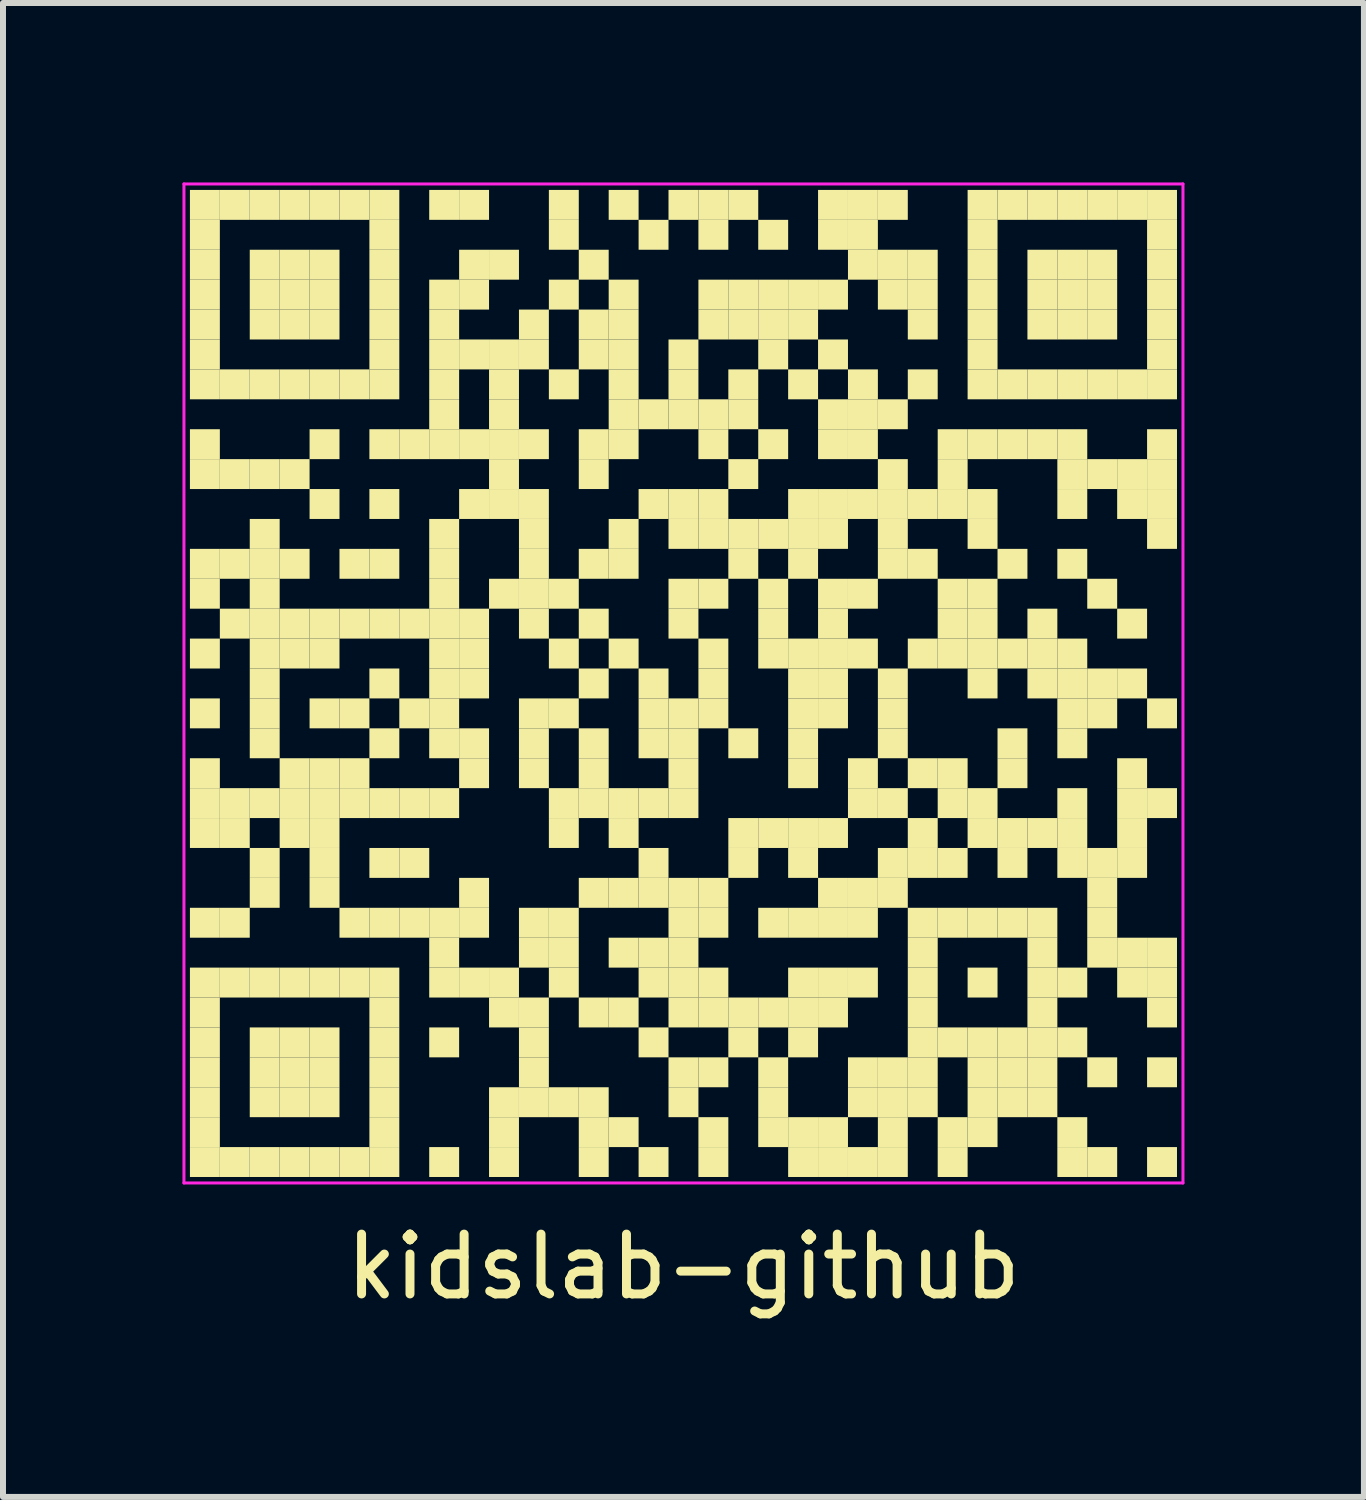
<source format=kicad_pcb>
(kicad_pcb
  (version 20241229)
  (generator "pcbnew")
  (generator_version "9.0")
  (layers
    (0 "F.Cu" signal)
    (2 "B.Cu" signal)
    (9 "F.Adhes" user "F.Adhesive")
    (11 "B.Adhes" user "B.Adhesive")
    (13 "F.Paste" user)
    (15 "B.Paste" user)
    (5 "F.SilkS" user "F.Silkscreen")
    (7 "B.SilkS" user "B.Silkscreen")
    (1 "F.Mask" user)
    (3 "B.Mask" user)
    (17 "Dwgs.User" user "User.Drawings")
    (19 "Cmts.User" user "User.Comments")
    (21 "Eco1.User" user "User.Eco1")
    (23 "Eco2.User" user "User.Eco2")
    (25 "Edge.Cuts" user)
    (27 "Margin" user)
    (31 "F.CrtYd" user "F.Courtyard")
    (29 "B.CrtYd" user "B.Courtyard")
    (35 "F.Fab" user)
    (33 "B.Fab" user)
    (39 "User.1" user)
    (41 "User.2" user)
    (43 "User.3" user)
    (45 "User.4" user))
  (footprint "kidslab-github"
    (layer "F.Cu")
    (at 8.375 8.375)
    (property "Reference" "kidslab-github" (at 0 9.75 0) (layer "F.SilkS") (effects (font (size 1 1) (thickness 0.15))))
    (attr exclude_from_pos_files exclude_from_bom)
    (fp_rect (start -8.25 -8.25) (end -7.75 -7.75) (stroke (width 0) (type solid)) (fill yes) (layer "F.SilkS"))
    (fp_rect (start -8.25 -7.75) (end -7.75 -7.25) (stroke (width 0) (type solid)) (fill yes) (layer "F.SilkS"))
    (fp_rect (start -8.25 -7.25) (end -7.75 -6.75) (stroke (width 0) (type solid)) (fill yes) (layer "F.SilkS"))
    (fp_rect (start -8.25 -6.75) (end -7.75 -6.25) (stroke (width 0) (type solid)) (fill yes) (layer "F.SilkS"))
    (fp_rect (start -8.25 -6.25) (end -7.75 -5.75) (stroke (width 0) (type solid)) (fill yes) (layer "F.SilkS"))
    (fp_rect (start -8.25 -5.75) (end -7.75 -5.25) (stroke (width 0) (type solid)) (fill yes) (layer "F.SilkS"))
    (fp_rect (start -8.25 -5.25) (end -7.75 -4.75) (stroke (width 0) (type solid)) (fill yes) (layer "F.SilkS"))
    (fp_rect (start -8.25 -4.25) (end -7.75 -3.75) (stroke (width 0) (type solid)) (fill yes) (layer "F.SilkS"))
    (fp_rect (start -8.25 -3.75) (end -7.75 -3.25) (stroke (width 0) (type solid)) (fill yes) (layer "F.SilkS"))
    (fp_rect (start -8.25 -2.25) (end -7.75 -1.75) (stroke (width 0) (type solid)) (fill yes) (layer "F.SilkS"))
    (fp_rect (start -8.25 -1.75) (end -7.75 -1.25) (stroke (width 0) (type solid)) (fill yes) (layer "F.SilkS"))
    (fp_rect (start -8.25 -0.75) (end -7.75 -0.25) (stroke (width 0) (type solid)) (fill yes) (layer "F.SilkS"))
    (fp_rect (start -8.25 0.25) (end -7.75 0.75) (stroke (width 0) (type solid)) (fill yes) (layer "F.SilkS"))
    (fp_rect (start -8.25 1.25) (end -7.75 1.75) (stroke (width 0) (type solid)) (fill yes) (layer "F.SilkS"))
    (fp_rect (start -8.25 1.75) (end -7.75 2.25) (stroke (width 0) (type solid)) (fill yes) (layer "F.SilkS"))
    (fp_rect (start -8.25 2.25) (end -7.75 2.75) (stroke (width 0) (type solid)) (fill yes) (layer "F.SilkS"))
    (fp_rect (start -8.25 3.75) (end -7.75 4.25) (stroke (width 0) (type solid)) (fill yes) (layer "F.SilkS"))
    (fp_rect (start -8.25 4.75) (end -7.75 5.25) (stroke (width 0) (type solid)) (fill yes) (layer "F.SilkS"))
    (fp_rect (start -8.25 5.25) (end -7.75 5.75) (stroke (width 0) (type solid)) (fill yes) (layer "F.SilkS"))
    (fp_rect (start -8.25 5.75) (end -7.75 6.25) (stroke (width 0) (type solid)) (fill yes) (layer "F.SilkS"))
    (fp_rect (start -8.25 6.25) (end -7.75 6.75) (stroke (width 0) (type solid)) (fill yes) (layer "F.SilkS"))
    (fp_rect (start -8.25 6.75) (end -7.75 7.25) (stroke (width 0) (type solid)) (fill yes) (layer "F.SilkS"))
    (fp_rect (start -8.25 7.25) (end -7.75 7.75) (stroke (width 0) (type solid)) (fill yes) (layer "F.SilkS"))
    (fp_rect (start -8.25 7.75) (end -7.75 8.25) (stroke (width 0) (type solid)) (fill yes) (layer "F.SilkS"))
    (fp_rect (start -7.75 -8.25) (end -7.25 -7.75) (stroke (width 0) (type solid)) (fill yes) (layer "F.SilkS"))
    (fp_rect (start -7.75 -5.25) (end -7.25 -4.75) (stroke (width 0) (type solid)) (fill yes) (layer "F.SilkS"))
    (fp_rect (start -7.75 -3.75) (end -7.25 -3.25) (stroke (width 0) (type solid)) (fill yes) (layer "F.SilkS"))
    (fp_rect (start -7.75 -2.25) (end -7.25 -1.75) (stroke (width 0) (type solid)) (fill yes) (layer "F.SilkS"))
    (fp_rect (start -7.75 -1.25) (end -7.25 -0.75) (stroke (width 0) (type solid)) (fill yes) (layer "F.SilkS"))
    (fp_rect (start -7.75 1.75) (end -7.25 2.25) (stroke (width 0) (type solid)) (fill yes) (layer "F.SilkS"))
    (fp_rect (start -7.75 2.25) (end -7.25 2.75) (stroke (width 0) (type solid)) (fill yes) (layer "F.SilkS"))
    (fp_rect (start -7.75 3.75) (end -7.25 4.25) (stroke (width 0) (type solid)) (fill yes) (layer "F.SilkS"))
    (fp_rect (start -7.75 4.75) (end -7.25 5.25) (stroke (width 0) (type solid)) (fill yes) (layer "F.SilkS"))
    (fp_rect (start -7.75 7.75) (end -7.25 8.25) (stroke (width 0) (type solid)) (fill yes) (layer "F.SilkS"))
    (fp_rect (start -7.25 -8.25) (end -6.75 -7.75) (stroke (width 0) (type solid)) (fill yes) (layer "F.SilkS"))
    (fp_rect (start -7.25 -7.25) (end -6.75 -6.75) (stroke (width 0) (type solid)) (fill yes) (layer "F.SilkS"))
    (fp_rect (start -7.25 -6.75) (end -6.75 -6.25) (stroke (width 0) (type solid)) (fill yes) (layer "F.SilkS"))
    (fp_rect (start -7.25 -6.25) (end -6.75 -5.75) (stroke (width 0) (type solid)) (fill yes) (layer "F.SilkS"))
    (fp_rect (start -7.25 -5.25) (end -6.75 -4.75) (stroke (width 0) (type solid)) (fill yes) (layer "F.SilkS"))
    (fp_rect (start -7.25 -3.75) (end -6.75 -3.25) (stroke (width 0) (type solid)) (fill yes) (layer "F.SilkS"))
    (fp_rect (start -7.25 -2.75) (end -6.75 -2.25) (stroke (width 0) (type solid)) (fill yes) (layer "F.SilkS"))
    (fp_rect (start -7.25 -2.25) (end -6.75 -1.75) (stroke (width 0) (type solid)) (fill yes) (layer "F.SilkS"))
    (fp_rect (start -7.25 -1.75) (end -6.75 -1.25) (stroke (width 0) (type solid)) (fill yes) (layer "F.SilkS"))
    (fp_rect (start -7.25 -1.25) (end -6.75 -0.75) (stroke (width 0) (type solid)) (fill yes) (layer "F.SilkS"))
    (fp_rect (start -7.25 -0.75) (end -6.75 -0.25) (stroke (width 0) (type solid)) (fill yes) (layer "F.SilkS"))
    (fp_rect (start -7.25 -0.25) (end -6.75 0.25) (stroke (width 0) (type solid)) (fill yes) (layer "F.SilkS"))
    (fp_rect (start -7.25 0.25) (end -6.75 0.75) (stroke (width 0) (type solid)) (fill yes) (layer "F.SilkS"))
    (fp_rect (start -7.25 0.75) (end -6.75 1.25) (stroke (width 0) (type solid)) (fill yes) (layer "F.SilkS"))
    (fp_rect (start -7.25 1.75) (end -6.75 2.25) (stroke (width 0) (type solid)) (fill yes) (layer "F.SilkS"))
    (fp_rect (start -7.25 2.75) (end -6.75 3.25) (stroke (width 0) (type solid)) (fill yes) (layer "F.SilkS"))
    (fp_rect (start -7.25 3.25) (end -6.75 3.75) (stroke (width 0) (type solid)) (fill yes) (layer "F.SilkS"))
    (fp_rect (start -7.25 4.75) (end -6.75 5.25) (stroke (width 0) (type solid)) (fill yes) (layer "F.SilkS"))
    (fp_rect (start -7.25 5.75) (end -6.75 6.25) (stroke (width 0) (type solid)) (fill yes) (layer "F.SilkS"))
    (fp_rect (start -7.25 6.25) (end -6.75 6.75) (stroke (width 0) (type solid)) (fill yes) (layer "F.SilkS"))
    (fp_rect (start -7.25 6.75) (end -6.75 7.25) (stroke (width 0) (type solid)) (fill yes) (layer "F.SilkS"))
    (fp_rect (start -7.25 7.75) (end -6.75 8.25) (stroke (width 0) (type solid)) (fill yes) (layer "F.SilkS"))
    (fp_rect (start -6.75 -8.25) (end -6.25 -7.75) (stroke (width 0) (type solid)) (fill yes) (layer "F.SilkS"))
    (fp_rect (start -6.75 -7.25) (end -6.25 -6.75) (stroke (width 0) (type solid)) (fill yes) (layer "F.SilkS"))
    (fp_rect (start -6.75 -6.75) (end -6.25 -6.25) (stroke (width 0) (type solid)) (fill yes) (layer "F.SilkS"))
    (fp_rect (start -6.75 -6.25) (end -6.25 -5.75) (stroke (width 0) (type solid)) (fill yes) (layer "F.SilkS"))
    (fp_rect (start -6.75 -5.25) (end -6.25 -4.75) (stroke (width 0) (type solid)) (fill yes) (layer "F.SilkS"))
    (fp_rect (start -6.75 -3.75) (end -6.25 -3.25) (stroke (width 0) (type solid)) (fill yes) (layer "F.SilkS"))
    (fp_rect (start -6.75 -2.25) (end -6.25 -1.75) (stroke (width 0) (type solid)) (fill yes) (layer "F.SilkS"))
    (fp_rect (start -6.75 -1.25) (end -6.25 -0.75) (stroke (width 0) (type solid)) (fill yes) (layer "F.SilkS"))
    (fp_rect (start -6.75 -0.75) (end -6.25 -0.25) (stroke (width 0) (type solid)) (fill yes) (layer "F.SilkS"))
    (fp_rect (start -6.75 1.25) (end -6.25 1.75) (stroke (width 0) (type solid)) (fill yes) (layer "F.SilkS"))
    (fp_rect (start -6.75 1.75) (end -6.25 2.25) (stroke (width 0) (type solid)) (fill yes) (layer "F.SilkS"))
    (fp_rect (start -6.75 2.25) (end -6.25 2.75) (stroke (width 0) (type solid)) (fill yes) (layer "F.SilkS"))
    (fp_rect (start -6.75 4.75) (end -6.25 5.25) (stroke (width 0) (type solid)) (fill yes) (layer "F.SilkS"))
    (fp_rect (start -6.75 5.75) (end -6.25 6.25) (stroke (width 0) (type solid)) (fill yes) (layer "F.SilkS"))
    (fp_rect (start -6.75 6.25) (end -6.25 6.75) (stroke (width 0) (type solid)) (fill yes) (layer "F.SilkS"))
    (fp_rect (start -6.75 6.75) (end -6.25 7.25) (stroke (width 0) (type solid)) (fill yes) (layer "F.SilkS"))
    (fp_rect (start -6.75 7.75) (end -6.25 8.25) (stroke (width 0) (type solid)) (fill yes) (layer "F.SilkS"))
    (fp_rect (start -6.25 -8.25) (end -5.75 -7.75) (stroke (width 0) (type solid)) (fill yes) (layer "F.SilkS"))
    (fp_rect (start -6.25 -7.25) (end -5.75 -6.75) (stroke (width 0) (type solid)) (fill yes) (layer "F.SilkS"))
    (fp_rect (start -6.25 -6.75) (end -5.75 -6.25) (stroke (width 0) (type solid)) (fill yes) (layer "F.SilkS"))
    (fp_rect (start -6.25 -6.25) (end -5.75 -5.75) (stroke (width 0) (type solid)) (fill yes) (layer "F.SilkS"))
    (fp_rect (start -6.25 -5.25) (end -5.75 -4.75) (stroke (width 0) (type solid)) (fill yes) (layer "F.SilkS"))
    (fp_rect (start -6.25 -4.25) (end -5.75 -3.75) (stroke (width 0) (type solid)) (fill yes) (layer "F.SilkS"))
    (fp_rect (start -6.25 -3.25) (end -5.75 -2.75) (stroke (width 0) (type solid)) (fill yes) (layer "F.SilkS"))
    (fp_rect (start -6.25 -1.25) (end -5.75 -0.75) (stroke (width 0) (type solid)) (fill yes) (layer "F.SilkS"))
    (fp_rect (start -6.25 -0.75) (end -5.75 -0.25) (stroke (width 0) (type solid)) (fill yes) (layer "F.SilkS"))
    (fp_rect (start -6.25 0.25) (end -5.75 0.75) (stroke (width 0) (type solid)) (fill yes) (layer "F.SilkS"))
    (fp_rect (start -6.25 1.25) (end -5.75 1.75) (stroke (width 0) (type solid)) (fill yes) (layer "F.SilkS"))
    (fp_rect (start -6.25 1.75) (end -5.75 2.25) (stroke (width 0) (type solid)) (fill yes) (layer "F.SilkS"))
    (fp_rect (start -6.25 2.25) (end -5.75 2.75) (stroke (width 0) (type solid)) (fill yes) (layer "F.SilkS"))
    (fp_rect (start -6.25 2.75) (end -5.75 3.25) (stroke (width 0) (type solid)) (fill yes) (layer "F.SilkS"))
    (fp_rect (start -6.25 3.25) (end -5.75 3.75) (stroke (width 0) (type solid)) (fill yes) (layer "F.SilkS"))
    (fp_rect (start -6.25 4.75) (end -5.75 5.25) (stroke (width 0) (type solid)) (fill yes) (layer "F.SilkS"))
    (fp_rect (start -6.25 5.75) (end -5.75 6.25) (stroke (width 0) (type solid)) (fill yes) (layer "F.SilkS"))
    (fp_rect (start -6.25 6.25) (end -5.75 6.75) (stroke (width 0) (type solid)) (fill yes) (layer "F.SilkS"))
    (fp_rect (start -6.25 6.75) (end -5.75 7.25) (stroke (width 0) (type solid)) (fill yes) (layer "F.SilkS"))
    (fp_rect (start -6.25 7.75) (end -5.75 8.25) (stroke (width 0) (type solid)) (fill yes) (layer "F.SilkS"))
    (fp_rect (start -5.75 -8.25) (end -5.25 -7.75) (stroke (width 0) (type solid)) (fill yes) (layer "F.SilkS"))
    (fp_rect (start -5.75 -5.25) (end -5.25 -4.75) (stroke (width 0) (type solid)) (fill yes) (layer "F.SilkS"))
    (fp_rect (start -5.75 -2.25) (end -5.25 -1.75) (stroke (width 0) (type solid)) (fill yes) (layer "F.SilkS"))
    (fp_rect (start -5.75 -1.25) (end -5.25 -0.75) (stroke (width 0) (type solid)) (fill yes) (layer "F.SilkS"))
    (fp_rect (start -5.75 0.25) (end -5.25 0.75) (stroke (width 0) (type solid)) (fill yes) (layer "F.SilkS"))
    (fp_rect (start -5.75 1.25) (end -5.25 1.75) (stroke (width 0) (type solid)) (fill yes) (layer "F.SilkS"))
    (fp_rect (start -5.75 1.75) (end -5.25 2.25) (stroke (width 0) (type solid)) (fill yes) (layer "F.SilkS"))
    (fp_rect (start -5.75 3.75) (end -5.25 4.25) (stroke (width 0) (type solid)) (fill yes) (layer "F.SilkS"))
    (fp_rect (start -5.75 4.75) (end -5.25 5.25) (stroke (width 0) (type solid)) (fill yes) (layer "F.SilkS"))
    (fp_rect (start -5.75 7.75) (end -5.25 8.25) (stroke (width 0) (type solid)) (fill yes) (layer "F.SilkS"))
    (fp_rect (start -5.25 -8.25) (end -4.75 -7.75) (stroke (width 0) (type solid)) (fill yes) (layer "F.SilkS"))
    (fp_rect (start -5.25 -7.75) (end -4.75 -7.25) (stroke (width 0) (type solid)) (fill yes) (layer "F.SilkS"))
    (fp_rect (start -5.25 -7.25) (end -4.75 -6.75) (stroke (width 0) (type solid)) (fill yes) (layer "F.SilkS"))
    (fp_rect (start -5.25 -6.75) (end -4.75 -6.25) (stroke (width 0) (type solid)) (fill yes) (layer "F.SilkS"))
    (fp_rect (start -5.25 -6.25) (end -4.75 -5.75) (stroke (width 0) (type solid)) (fill yes) (layer "F.SilkS"))
    (fp_rect (start -5.25 -5.75) (end -4.75 -5.25) (stroke (width 0) (type solid)) (fill yes) (layer "F.SilkS"))
    (fp_rect (start -5.25 -5.25) (end -4.75 -4.75) (stroke (width 0) (type solid)) (fill yes) (layer "F.SilkS"))
    (fp_rect (start -5.25 -4.25) (end -4.75 -3.75) (stroke (width 0) (type solid)) (fill yes) (layer "F.SilkS"))
    (fp_rect (start -5.25 -3.25) (end -4.75 -2.75) (stroke (width 0) (type solid)) (fill yes) (layer "F.SilkS"))
    (fp_rect (start -5.25 -2.25) (end -4.75 -1.75) (stroke (width 0) (type solid)) (fill yes) (layer "F.SilkS"))
    (fp_rect (start -5.25 -1.25) (end -4.75 -0.75) (stroke (width 0) (type solid)) (fill yes) (layer "F.SilkS"))
    (fp_rect (start -5.25 -0.25) (end -4.75 0.25) (stroke (width 0) (type solid)) (fill yes) (layer "F.SilkS"))
    (fp_rect (start -5.25 0.75) (end -4.75 1.25) (stroke (width 0) (type solid)) (fill yes) (layer "F.SilkS"))
    (fp_rect (start -5.25 1.75) (end -4.75 2.25) (stroke (width 0) (type solid)) (fill yes) (layer "F.SilkS"))
    (fp_rect (start -5.25 2.75) (end -4.75 3.25) (stroke (width 0) (type solid)) (fill yes) (layer "F.SilkS"))
    (fp_rect (start -5.25 3.75) (end -4.75 4.25) (stroke (width 0) (type solid)) (fill yes) (layer "F.SilkS"))
    (fp_rect (start -5.25 4.75) (end -4.75 5.25) (stroke (width 0) (type solid)) (fill yes) (layer "F.SilkS"))
    (fp_rect (start -5.25 5.25) (end -4.75 5.75) (stroke (width 0) (type solid)) (fill yes) (layer "F.SilkS"))
    (fp_rect (start -5.25 5.75) (end -4.75 6.25) (stroke (width 0) (type solid)) (fill yes) (layer "F.SilkS"))
    (fp_rect (start -5.25 6.25) (end -4.75 6.75) (stroke (width 0) (type solid)) (fill yes) (layer "F.SilkS"))
    (fp_rect (start -5.25 6.75) (end -4.75 7.25) (stroke (width 0) (type solid)) (fill yes) (layer "F.SilkS"))
    (fp_rect (start -5.25 7.25) (end -4.75 7.75) (stroke (width 0) (type solid)) (fill yes) (layer "F.SilkS"))
    (fp_rect (start -5.25 7.75) (end -4.75 8.25) (stroke (width 0) (type solid)) (fill yes) (layer "F.SilkS"))
    (fp_rect (start -4.75 -4.25) (end -4.25 -3.75) (stroke (width 0) (type solid)) (fill yes) (layer "F.SilkS"))
    (fp_rect (start -4.75 -1.25) (end -4.25 -0.75) (stroke (width 0) (type solid)) (fill yes) (layer "F.SilkS"))
    (fp_rect (start -4.75 0.25) (end -4.25 0.75) (stroke (width 0) (type solid)) (fill yes) (layer "F.SilkS"))
    (fp_rect (start -4.75 1.75) (end -4.25 2.25) (stroke (width 0) (type solid)) (fill yes) (layer "F.SilkS"))
    (fp_rect (start -4.75 2.75) (end -4.25 3.25) (stroke (width 0) (type solid)) (fill yes) (layer "F.SilkS"))
    (fp_rect (start -4.75 3.75) (end -4.25 4.25) (stroke (width 0) (type solid)) (fill yes) (layer "F.SilkS"))
    (fp_rect (start -4.25 -8.25) (end -3.75 -7.75) (stroke (width 0) (type solid)) (fill yes) (layer "F.SilkS"))
    (fp_rect (start -4.25 -6.75) (end -3.75 -6.25) (stroke (width 0) (type solid)) (fill yes) (layer "F.SilkS"))
    (fp_rect (start -4.25 -6.25) (end -3.75 -5.75) (stroke (width 0) (type solid)) (fill yes) (layer "F.SilkS"))
    (fp_rect (start -4.25 -5.75) (end -3.75 -5.25) (stroke (width 0) (type solid)) (fill yes) (layer "F.SilkS"))
    (fp_rect (start -4.25 -5.25) (end -3.75 -4.75) (stroke (width 0) (type solid)) (fill yes) (layer "F.SilkS"))
    (fp_rect (start -4.25 -4.75) (end -3.75 -4.25) (stroke (width 0) (type solid)) (fill yes) (layer "F.SilkS"))
    (fp_rect (start -4.25 -4.25) (end -3.75 -3.75) (stroke (width 0) (type solid)) (fill yes) (layer "F.SilkS"))
    (fp_rect (start -4.25 -2.75) (end -3.75 -2.25) (stroke (width 0) (type solid)) (fill yes) (layer "F.SilkS"))
    (fp_rect (start -4.25 -2.25) (end -3.75 -1.75) (stroke (width 0) (type solid)) (fill yes) (layer "F.SilkS"))
    (fp_rect (start -4.25 -1.75) (end -3.75 -1.25) (stroke (width 0) (type solid)) (fill yes) (layer "F.SilkS"))
    (fp_rect (start -4.25 -1.25) (end -3.75 -0.75) (stroke (width 0) (type solid)) (fill yes) (layer "F.SilkS"))
    (fp_rect (start -4.25 -0.75) (end -3.75 -0.25) (stroke (width 0) (type solid)) (fill yes) (layer "F.SilkS"))
    (fp_rect (start -4.25 -0.25) (end -3.75 0.25) (stroke (width 0) (type solid)) (fill yes) (layer "F.SilkS"))
    (fp_rect (start -4.25 0.25) (end -3.75 0.75) (stroke (width 0) (type solid)) (fill yes) (layer "F.SilkS"))
    (fp_rect (start -4.25 0.75) (end -3.75 1.25) (stroke (width 0) (type solid)) (fill yes) (layer "F.SilkS"))
    (fp_rect (start -4.25 1.75) (end -3.75 2.25) (stroke (width 0) (type solid)) (fill yes) (layer "F.SilkS"))
    (fp_rect (start -4.25 3.75) (end -3.75 4.25) (stroke (width 0) (type solid)) (fill yes) (layer "F.SilkS"))
    (fp_rect (start -4.25 4.25) (end -3.75 4.75) (stroke (width 0) (type solid)) (fill yes) (layer "F.SilkS"))
    (fp_rect (start -4.25 4.75) (end -3.75 5.25) (stroke (width 0) (type solid)) (fill yes) (layer "F.SilkS"))
    (fp_rect (start -4.25 5.75) (end -3.75 6.25) (stroke (width 0) (type solid)) (fill yes) (layer "F.SilkS"))
    (fp_rect (start -4.25 7.75) (end -3.75 8.25) (stroke (width 0) (type solid)) (fill yes) (layer "F.SilkS"))
    (fp_rect (start -3.75 -8.25) (end -3.25 -7.75) (stroke (width 0) (type solid)) (fill yes) (layer "F.SilkS"))
    (fp_rect (start -3.75 -7.25) (end -3.25 -6.75) (stroke (width 0) (type solid)) (fill yes) (layer "F.SilkS"))
    (fp_rect (start -3.75 -6.75) (end -3.25 -6.25) (stroke (width 0) (type solid)) (fill yes) (layer "F.SilkS"))
    (fp_rect (start -3.75 -5.75) (end -3.25 -5.25) (stroke (width 0) (type solid)) (fill yes) (layer "F.SilkS"))
    (fp_rect (start -3.75 -4.25) (end -3.25 -3.75) (stroke (width 0) (type solid)) (fill yes) (layer "F.SilkS"))
    (fp_rect (start -3.75 -3.25) (end -3.25 -2.75) (stroke (width 0) (type solid)) (fill yes) (layer "F.SilkS"))
    (fp_rect (start -3.75 -1.25) (end -3.25 -0.75) (stroke (width 0) (type solid)) (fill yes) (layer "F.SilkS"))
    (fp_rect (start -3.75 -0.75) (end -3.25 -0.25) (stroke (width 0) (type solid)) (fill yes) (layer "F.SilkS"))
    (fp_rect (start -3.75 -0.25) (end -3.25 0.25) (stroke (width 0) (type solid)) (fill yes) (layer "F.SilkS"))
    (fp_rect (start -3.75 0.75) (end -3.25 1.25) (stroke (width 0) (type solid)) (fill yes) (layer "F.SilkS"))
    (fp_rect (start -3.75 1.25) (end -3.25 1.75) (stroke (width 0) (type solid)) (fill yes) (layer "F.SilkS"))
    (fp_rect (start -3.75 3.25) (end -3.25 3.75) (stroke (width 0) (type solid)) (fill yes) (layer "F.SilkS"))
    (fp_rect (start -3.75 3.75) (end -3.25 4.25) (stroke (width 0) (type solid)) (fill yes) (layer "F.SilkS"))
    (fp_rect (start -3.75 4.75) (end -3.25 5.25) (stroke (width 0) (type solid)) (fill yes) (layer "F.SilkS"))
    (fp_rect (start -3.25 -7.25) (end -2.75 -6.75) (stroke (width 0) (type solid)) (fill yes) (layer "F.SilkS"))
    (fp_rect (start -3.25 -5.75) (end -2.75 -5.25) (stroke (width 0) (type solid)) (fill yes) (layer "F.SilkS"))
    (fp_rect (start -3.25 -5.25) (end -2.75 -4.75) (stroke (width 0) (type solid)) (fill yes) (layer "F.SilkS"))
    (fp_rect (start -3.25 -4.75) (end -2.75 -4.25) (stroke (width 0) (type solid)) (fill yes) (layer "F.SilkS"))
    (fp_rect (start -3.25 -4.25) (end -2.75 -3.75) (stroke (width 0) (type solid)) (fill yes) (layer "F.SilkS"))
    (fp_rect (start -3.25 -3.75) (end -2.75 -3.25) (stroke (width 0) (type solid)) (fill yes) (layer "F.SilkS"))
    (fp_rect (start -3.25 -3.25) (end -2.75 -2.75) (stroke (width 0) (type solid)) (fill yes) (layer "F.SilkS"))
    (fp_rect (start -3.25 -1.75) (end -2.75 -1.25) (stroke (width 0) (type solid)) (fill yes) (layer "F.SilkS"))
    (fp_rect (start -3.25 4.75) (end -2.75 5.25) (stroke (width 0) (type solid)) (fill yes) (layer "F.SilkS"))
    (fp_rect (start -3.25 5.25) (end -2.75 5.75) (stroke (width 0) (type solid)) (fill yes) (layer "F.SilkS"))
    (fp_rect (start -3.25 6.75) (end -2.75 7.25) (stroke (width 0) (type solid)) (fill yes) (layer "F.SilkS"))
    (fp_rect (start -3.25 7.25) (end -2.75 7.75) (stroke (width 0) (type solid)) (fill yes) (layer "F.SilkS"))
    (fp_rect (start -3.25 7.75) (end -2.75 8.25) (stroke (width 0) (type solid)) (fill yes) (layer "F.SilkS"))
    (fp_rect (start -2.75 -6.25) (end -2.25 -5.75) (stroke (width 0) (type solid)) (fill yes) (layer "F.SilkS"))
    (fp_rect (start -2.75 -5.75) (end -2.25 -5.25) (stroke (width 0) (type solid)) (fill yes) (layer "F.SilkS"))
    (fp_rect (start -2.75 -4.25) (end -2.25 -3.75) (stroke (width 0) (type solid)) (fill yes) (layer "F.SilkS"))
    (fp_rect (start -2.75 -3.25) (end -2.25 -2.75) (stroke (width 0) (type solid)) (fill yes) (layer "F.SilkS"))
    (fp_rect (start -2.75 -2.75) (end -2.25 -2.25) (stroke (width 0) (type solid)) (fill yes) (layer "F.SilkS"))
    (fp_rect (start -2.75 -2.25) (end -2.25 -1.75) (stroke (width 0) (type solid)) (fill yes) (layer "F.SilkS"))
    (fp_rect (start -2.75 -1.75) (end -2.25 -1.25) (stroke (width 0) (type solid)) (fill yes) (layer "F.SilkS"))
    (fp_rect (start -2.75 -1.25) (end -2.25 -0.75) (stroke (width 0) (type solid)) (fill yes) (layer "F.SilkS"))
    (fp_rect (start -2.75 0.25) (end -2.25 0.75) (stroke (width 0) (type solid)) (fill yes) (layer "F.SilkS"))
    (fp_rect (start -2.75 0.75) (end -2.25 1.25) (stroke (width 0) (type solid)) (fill yes) (layer "F.SilkS"))
    (fp_rect (start -2.75 1.25) (end -2.25 1.75) (stroke (width 0) (type solid)) (fill yes) (layer "F.SilkS"))
    (fp_rect (start -2.75 3.75) (end -2.25 4.25) (stroke (width 0) (type solid)) (fill yes) (layer "F.SilkS"))
    (fp_rect (start -2.75 4.25) (end -2.25 4.75) (stroke (width 0) (type solid)) (fill yes) (layer "F.SilkS"))
    (fp_rect (start -2.75 5.25) (end -2.25 5.75) (stroke (width 0) (type solid)) (fill yes) (layer "F.SilkS"))
    (fp_rect (start -2.75 5.75) (end -2.25 6.25) (stroke (width 0) (type solid)) (fill yes) (layer "F.SilkS"))
    (fp_rect (start -2.75 6.25) (end -2.25 6.75) (stroke (width 0) (type solid)) (fill yes) (layer "F.SilkS"))
    (fp_rect (start -2.75 6.75) (end -2.25 7.25) (stroke (width 0) (type solid)) (fill yes) (layer "F.SilkS"))
    (fp_rect (start -2.25 -8.25) (end -1.75 -7.75) (stroke (width 0) (type solid)) (fill yes) (layer "F.SilkS"))
    (fp_rect (start -2.25 -7.75) (end -1.75 -7.25) (stroke (width 0) (type solid)) (fill yes) (layer "F.SilkS"))
    (fp_rect (start -2.25 -6.75) (end -1.75 -6.25) (stroke (width 0) (type solid)) (fill yes) (layer "F.SilkS"))
    (fp_rect (start -2.25 -5.25) (end -1.75 -4.75) (stroke (width 0) (type solid)) (fill yes) (layer "F.SilkS"))
    (fp_rect (start -2.25 -1.75) (end -1.75 -1.25) (stroke (width 0) (type solid)) (fill yes) (layer "F.SilkS"))
    (fp_rect (start -2.25 -0.75) (end -1.75 -0.25) (stroke (width 0) (type solid)) (fill yes) (layer "F.SilkS"))
    (fp_rect (start -2.25 0.25) (end -1.75 0.75) (stroke (width 0) (type solid)) (fill yes) (layer "F.SilkS"))
    (fp_rect (start -2.25 1.75) (end -1.75 2.25) (stroke (width 0) (type solid)) (fill yes) (layer "F.SilkS"))
    (fp_rect (start -2.25 2.25) (end -1.75 2.75) (stroke (width 0) (type solid)) (fill yes) (layer "F.SilkS"))
    (fp_rect (start -2.25 3.75) (end -1.75 4.25) (stroke (width 0) (type solid)) (fill yes) (layer "F.SilkS"))
    (fp_rect (start -2.25 4.25) (end -1.75 4.75) (stroke (width 0) (type solid)) (fill yes) (layer "F.SilkS"))
    (fp_rect (start -2.25 4.75) (end -1.75 5.25) (stroke (width 0) (type solid)) (fill yes) (layer "F.SilkS"))
    (fp_rect (start -2.25 6.75) (end -1.75 7.25) (stroke (width 0) (type solid)) (fill yes) (layer "F.SilkS"))
    (fp_rect (start -1.75 -7.25) (end -1.25 -6.75) (stroke (width 0) (type solid)) (fill yes) (layer "F.SilkS"))
    (fp_rect (start -1.75 -6.25) (end -1.25 -5.75) (stroke (width 0) (type solid)) (fill yes) (layer "F.SilkS"))
    (fp_rect (start -1.75 -5.75) (end -1.25 -5.25) (stroke (width 0) (type solid)) (fill yes) (layer "F.SilkS"))
    (fp_rect (start -1.75 -4.25) (end -1.25 -3.75) (stroke (width 0) (type solid)) (fill yes) (layer "F.SilkS"))
    (fp_rect (start -1.75 -3.75) (end -1.25 -3.25) (stroke (width 0) (type solid)) (fill yes) (layer "F.SilkS"))
    (fp_rect (start -1.75 -2.25) (end -1.25 -1.75) (stroke (width 0) (type solid)) (fill yes) (layer "F.SilkS"))
    (fp_rect (start -1.75 -1.25) (end -1.25 -0.75) (stroke (width 0) (type solid)) (fill yes) (layer "F.SilkS"))
    (fp_rect (start -1.75 -0.25) (end -1.25 0.25) (stroke (width 0) (type solid)) (fill yes) (layer "F.SilkS"))
    (fp_rect (start -1.75 0.75) (end -1.25 1.25) (stroke (width 0) (type solid)) (fill yes) (layer "F.SilkS"))
    (fp_rect (start -1.75 1.25) (end -1.25 1.75) (stroke (width 0) (type solid)) (fill yes) (layer "F.SilkS"))
    (fp_rect (start -1.75 1.75) (end -1.25 2.25) (stroke (width 0) (type solid)) (fill yes) (layer "F.SilkS"))
    (fp_rect (start -1.75 3.25) (end -1.25 3.75) (stroke (width 0) (type solid)) (fill yes) (layer "F.SilkS"))
    (fp_rect (start -1.75 5.25) (end -1.25 5.75) (stroke (width 0) (type solid)) (fill yes) (layer "F.SilkS"))
    (fp_rect (start -1.75 6.75) (end -1.25 7.25) (stroke (width 0) (type solid)) (fill yes) (layer "F.SilkS"))
    (fp_rect (start -1.75 7.25) (end -1.25 7.75) (stroke (width 0) (type solid)) (fill yes) (layer "F.SilkS"))
    (fp_rect (start -1.75 7.75) (end -1.25 8.25) (stroke (width 0) (type solid)) (fill yes) (layer "F.SilkS"))
    (fp_rect (start -1.25 -8.25) (end -0.75 -7.75) (stroke (width 0) (type solid)) (fill yes) (layer "F.SilkS"))
    (fp_rect (start -1.25 -6.75) (end -0.75 -6.25) (stroke (width 0) (type solid)) (fill yes) (layer "F.SilkS"))
    (fp_rect (start -1.25 -6.25) (end -0.75 -5.75) (stroke (width 0) (type solid)) (fill yes) (layer "F.SilkS"))
    (fp_rect (start -1.25 -5.75) (end -0.75 -5.25) (stroke (width 0) (type solid)) (fill yes) (layer "F.SilkS"))
    (fp_rect (start -1.25 -5.25) (end -0.75 -4.75) (stroke (width 0) (type solid)) (fill yes) (layer "F.SilkS"))
    (fp_rect (start -1.25 -4.75) (end -0.75 -4.25) (stroke (width 0) (type solid)) (fill yes) (layer "F.SilkS"))
    (fp_rect (start -1.25 -4.25) (end -0.75 -3.75) (stroke (width 0) (type solid)) (fill yes) (layer "F.SilkS"))
    (fp_rect (start -1.25 -2.75) (end -0.75 -2.25) (stroke (width 0) (type solid)) (fill yes) (layer "F.SilkS"))
    (fp_rect (start -1.25 -2.25) (end -0.75 -1.75) (stroke (width 0) (type solid)) (fill yes) (layer "F.SilkS"))
    (fp_rect (start -1.25 -0.75) (end -0.75 -0.25) (stroke (width 0) (type solid)) (fill yes) (layer "F.SilkS"))
    (fp_rect (start -1.25 1.75) (end -0.75 2.25) (stroke (width 0) (type solid)) (fill yes) (layer "F.SilkS"))
    (fp_rect (start -1.25 2.25) (end -0.75 2.75) (stroke (width 0) (type solid)) (fill yes) (layer "F.SilkS"))
    (fp_rect (start -1.25 3.25) (end -0.75 3.75) (stroke (width 0) (type solid)) (fill yes) (layer "F.SilkS"))
    (fp_rect (start -1.25 4.25) (end -0.75 4.75) (stroke (width 0) (type solid)) (fill yes) (layer "F.SilkS"))
    (fp_rect (start -1.25 5.25) (end -0.75 5.75) (stroke (width 0) (type solid)) (fill yes) (layer "F.SilkS"))
    (fp_rect (start -1.25 7.25) (end -0.75 7.75) (stroke (width 0) (type solid)) (fill yes) (layer "F.SilkS"))
    (fp_rect (start -0.75 -7.75) (end -0.25 -7.25) (stroke (width 0) (type solid)) (fill yes) (layer "F.SilkS"))
    (fp_rect (start -0.75 -4.75) (end -0.25 -4.25) (stroke (width 0) (type solid)) (fill yes) (layer "F.SilkS"))
    (fp_rect (start -0.75 -3.25) (end -0.25 -2.75) (stroke (width 0) (type solid)) (fill yes) (layer "F.SilkS"))
    (fp_rect (start -0.75 -0.25) (end -0.25 0.25) (stroke (width 0) (type solid)) (fill yes) (layer "F.SilkS"))
    (fp_rect (start -0.75 0.25) (end -0.25 0.75) (stroke (width 0) (type solid)) (fill yes) (layer "F.SilkS"))
    (fp_rect (start -0.75 0.75) (end -0.25 1.25) (stroke (width 0) (type solid)) (fill yes) (layer "F.SilkS"))
    (fp_rect (start -0.75 1.75) (end -0.25 2.25) (stroke (width 0) (type solid)) (fill yes) (layer "F.SilkS"))
    (fp_rect (start -0.75 2.75) (end -0.25 3.25) (stroke (width 0) (type solid)) (fill yes) (layer "F.SilkS"))
    (fp_rect (start -0.75 3.25) (end -0.25 3.75) (stroke (width 0) (type solid)) (fill yes) (layer "F.SilkS"))
    (fp_rect (start -0.75 4.25) (end -0.25 4.75) (stroke (width 0) (type solid)) (fill yes) (layer "F.SilkS"))
    (fp_rect (start -0.75 4.75) (end -0.25 5.25) (stroke (width 0) (type solid)) (fill yes) (layer "F.SilkS"))
    (fp_rect (start -0.75 5.75) (end -0.25 6.25) (stroke (width 0) (type solid)) (fill yes) (layer "F.SilkS"))
    (fp_rect (start -0.75 7.75) (end -0.25 8.25) (stroke (width 0) (type solid)) (fill yes) (layer "F.SilkS"))
    (fp_rect (start -0.25 -8.25) (end 0.25 -7.75) (stroke (width 0) (type solid)) (fill yes) (layer "F.SilkS"))
    (fp_rect (start -0.25 -5.75) (end 0.25 -5.25) (stroke (width 0) (type solid)) (fill yes) (layer "F.SilkS"))
    (fp_rect (start -0.25 -5.25) (end 0.25 -4.75) (stroke (width 0) (type solid)) (fill yes) (layer "F.SilkS"))
    (fp_rect (start -0.25 -4.75) (end 0.25 -4.25) (stroke (width 0) (type solid)) (fill yes) (layer "F.SilkS"))
    (fp_rect (start -0.25 -3.25) (end 0.25 -2.75) (stroke (width 0) (type solid)) (fill yes) (layer "F.SilkS"))
    (fp_rect (start -0.25 -2.75) (end 0.25 -2.25) (stroke (width 0) (type solid)) (fill yes) (layer "F.SilkS"))
    (fp_rect (start -0.25 -1.75) (end 0.25 -1.25) (stroke (width 0) (type solid)) (fill yes) (layer "F.SilkS"))
    (fp_rect (start -0.25 -1.25) (end 0.25 -0.75) (stroke (width 0) (type solid)) (fill yes) (layer "F.SilkS"))
    (fp_rect (start -0.25 0.25) (end 0.25 0.75) (stroke (width 0) (type solid)) (fill yes) (layer "F.SilkS"))
    (fp_rect (start -0.25 0.75) (end 0.25 1.25) (stroke (width 0) (type solid)) (fill yes) (layer "F.SilkS"))
    (fp_rect (start -0.25 1.25) (end 0.25 1.75) (stroke (width 0) (type solid)) (fill yes) (layer "F.SilkS"))
    (fp_rect (start -0.25 1.75) (end 0.25 2.25) (stroke (width 0) (type solid)) (fill yes) (layer "F.SilkS"))
    (fp_rect (start -0.25 3.25) (end 0.25 3.75) (stroke (width 0) (type solid)) (fill yes) (layer "F.SilkS"))
    (fp_rect (start -0.25 3.75) (end 0.25 4.25) (stroke (width 0) (type solid)) (fill yes) (layer "F.SilkS"))
    (fp_rect (start -0.25 4.25) (end 0.25 4.75) (stroke (width 0) (type solid)) (fill yes) (layer "F.SilkS"))
    (fp_rect (start -0.25 4.75) (end 0.25 5.25) (stroke (width 0) (type solid)) (fill yes) (layer "F.SilkS"))
    (fp_rect (start -0.25 5.25) (end 0.25 5.75) (stroke (width 0) (type solid)) (fill yes) (layer "F.SilkS"))
    (fp_rect (start -0.25 6.25) (end 0.25 6.75) (stroke (width 0) (type solid)) (fill yes) (layer "F.SilkS"))
    (fp_rect (start -0.25 6.75) (end 0.25 7.25) (stroke (width 0) (type solid)) (fill yes) (layer "F.SilkS"))
    (fp_rect (start 0.25 -8.25) (end 0.75 -7.75) (stroke (width 0) (type solid)) (fill yes) (layer "F.SilkS"))
    (fp_rect (start 0.25 -7.75) (end 0.75 -7.25) (stroke (width 0) (type solid)) (fill yes) (layer "F.SilkS"))
    (fp_rect (start 0.25 -6.75) (end 0.75 -6.25) (stroke (width 0) (type solid)) (fill yes) (layer "F.SilkS"))
    (fp_rect (start 0.25 -6.25) (end 0.75 -5.75) (stroke (width 0) (type solid)) (fill yes) (layer "F.SilkS"))
    (fp_rect (start 0.25 -4.75) (end 0.75 -4.25) (stroke (width 0) (type solid)) (fill yes) (layer "F.SilkS"))
    (fp_rect (start 0.25 -4.25) (end 0.75 -3.75) (stroke (width 0) (type solid)) (fill yes) (layer "F.SilkS"))
    (fp_rect (start 0.25 -3.25) (end 0.75 -2.75) (stroke (width 0) (type solid)) (fill yes) (layer "F.SilkS"))
    (fp_rect (start 0.25 -2.75) (end 0.75 -2.25) (stroke (width 0) (type solid)) (fill yes) (layer "F.SilkS"))
    (fp_rect (start 0.25 -1.75) (end 0.75 -1.25) (stroke (width 0) (type solid)) (fill yes) (layer "F.SilkS"))
    (fp_rect (start 0.25 -0.75) (end 0.75 -0.25) (stroke (width 0) (type solid)) (fill yes) (layer "F.SilkS"))
    (fp_rect (start 0.25 -0.25) (end 0.75 0.25) (stroke (width 0) (type solid)) (fill yes) (layer "F.SilkS"))
    (fp_rect (start 0.25 0.25) (end 0.75 0.75) (stroke (width 0) (type solid)) (fill yes) (layer "F.SilkS"))
    (fp_rect (start 0.25 3.25) (end 0.75 3.75) (stroke (width 0) (type solid)) (fill yes) (layer "F.SilkS"))
    (fp_rect (start 0.25 3.75) (end 0.75 4.25) (stroke (width 0) (type solid)) (fill yes) (layer "F.SilkS"))
    (fp_rect (start 0.25 4.75) (end 0.75 5.25) (stroke (width 0) (type solid)) (fill yes) (layer "F.SilkS"))
    (fp_rect (start 0.25 5.25) (end 0.75 5.75) (stroke (width 0) (type solid)) (fill yes) (layer "F.SilkS"))
    (fp_rect (start 0.25 6.25) (end 0.75 6.75) (stroke (width 0) (type solid)) (fill yes) (layer "F.SilkS"))
    (fp_rect (start 0.25 7.25) (end 0.75 7.75) (stroke (width 0) (type solid)) (fill yes) (layer "F.SilkS"))
    (fp_rect (start 0.25 7.75) (end 0.75 8.25) (stroke (width 0) (type solid)) (fill yes) (layer "F.SilkS"))
    (fp_rect (start 0.75 -8.25) (end 1.25 -7.75) (stroke (width 0) (type solid)) (fill yes) (layer "F.SilkS"))
    (fp_rect (start 0.75 -6.75) (end 1.25 -6.25) (stroke (width 0) (type solid)) (fill yes) (layer "F.SilkS"))
    (fp_rect (start 0.75 -6.25) (end 1.25 -5.75) (stroke (width 0) (type solid)) (fill yes) (layer "F.SilkS"))
    (fp_rect (start 0.75 -5.25) (end 1.25 -4.75) (stroke (width 0) (type solid)) (fill yes) (layer "F.SilkS"))
    (fp_rect (start 0.75 -4.75) (end 1.25 -4.25) (stroke (width 0) (type solid)) (fill yes) (layer "F.SilkS"))
    (fp_rect (start 0.75 -3.75) (end 1.25 -3.25) (stroke (width 0) (type solid)) (fill yes) (layer "F.SilkS"))
    (fp_rect (start 0.75 -2.75) (end 1.25 -2.25) (stroke (width 0) (type solid)) (fill yes) (layer "F.SilkS"))
    (fp_rect (start 0.75 -2.25) (end 1.25 -1.75) (stroke (width 0) (type solid)) (fill yes) (layer "F.SilkS"))
    (fp_rect (start 0.75 0.75) (end 1.25 1.25) (stroke (width 0) (type solid)) (fill yes) (layer "F.SilkS"))
    (fp_rect (start 0.75 2.25) (end 1.25 2.75) (stroke (width 0) (type solid)) (fill yes) (layer "F.SilkS"))
    (fp_rect (start 0.75 2.75) (end 1.25 3.25) (stroke (width 0) (type solid)) (fill yes) (layer "F.SilkS"))
    (fp_rect (start 0.75 5.25) (end 1.25 5.75) (stroke (width 0) (type solid)) (fill yes) (layer "F.SilkS"))
    (fp_rect (start 0.75 5.75) (end 1.25 6.25) (stroke (width 0) (type solid)) (fill yes) (layer "F.SilkS"))
    (fp_rect (start 1.25 -7.75) (end 1.75 -7.25) (stroke (width 0) (type solid)) (fill yes) (layer "F.SilkS"))
    (fp_rect (start 1.25 -6.75) (end 1.75 -6.25) (stroke (width 0) (type solid)) (fill yes) (layer "F.SilkS"))
    (fp_rect (start 1.25 -6.25) (end 1.75 -5.75) (stroke (width 0) (type solid)) (fill yes) (layer "F.SilkS"))
    (fp_rect (start 1.25 -5.75) (end 1.75 -5.25) (stroke (width 0) (type solid)) (fill yes) (layer "F.SilkS"))
    (fp_rect (start 1.25 -4.25) (end 1.75 -3.75) (stroke (width 0) (type solid)) (fill yes) (layer "F.SilkS"))
    (fp_rect (start 1.25 -2.75) (end 1.75 -2.25) (stroke (width 0) (type solid)) (fill yes) (layer "F.SilkS"))
    (fp_rect (start 1.25 -1.75) (end 1.75 -1.25) (stroke (width 0) (type solid)) (fill yes) (layer "F.SilkS"))
    (fp_rect (start 1.25 -1.25) (end 1.75 -0.75) (stroke (width 0) (type solid)) (fill yes) (layer "F.SilkS"))
    (fp_rect (start 1.25 -0.75) (end 1.75 -0.25) (stroke (width 0) (type solid)) (fill yes) (layer "F.SilkS"))
    (fp_rect (start 1.25 2.25) (end 1.75 2.75) (stroke (width 0) (type solid)) (fill yes) (layer "F.SilkS"))
    (fp_rect (start 1.25 3.75) (end 1.75 4.25) (stroke (width 0) (type solid)) (fill yes) (layer "F.SilkS"))
    (fp_rect (start 1.25 5.25) (end 1.75 5.75) (stroke (width 0) (type solid)) (fill yes) (layer "F.SilkS"))
    (fp_rect (start 1.25 6.25) (end 1.75 6.75) (stroke (width 0) (type solid)) (fill yes) (layer "F.SilkS"))
    (fp_rect (start 1.25 6.75) (end 1.75 7.25) (stroke (width 0) (type solid)) (fill yes) (layer "F.SilkS"))
    (fp_rect (start 1.25 7.25) (end 1.75 7.75) (stroke (width 0) (type solid)) (fill yes) (layer "F.SilkS"))
    (fp_rect (start 1.75 -6.75) (end 2.25 -6.25) (stroke (width 0) (type solid)) (fill yes) (layer "F.SilkS"))
    (fp_rect (start 1.75 -6.25) (end 2.25 -5.75) (stroke (width 0) (type solid)) (fill yes) (layer "F.SilkS"))
    (fp_rect (start 1.75 -5.25) (end 2.25 -4.75) (stroke (width 0) (type solid)) (fill yes) (layer "F.SilkS"))
    (fp_rect (start 1.75 -3.25) (end 2.25 -2.75) (stroke (width 0) (type solid)) (fill yes) (layer "F.SilkS"))
    (fp_rect (start 1.75 -2.75) (end 2.25 -2.25) (stroke (width 0) (type solid)) (fill yes) (layer "F.SilkS"))
    (fp_rect (start 1.75 -2.25) (end 2.25 -1.75) (stroke (width 0) (type solid)) (fill yes) (layer "F.SilkS"))
    (fp_rect (start 1.75 -0.75) (end 2.25 -0.25) (stroke (width 0) (type solid)) (fill yes) (layer "F.SilkS"))
    (fp_rect (start 1.75 -0.25) (end 2.25 0.25) (stroke (width 0) (type solid)) (fill yes) (layer "F.SilkS"))
    (fp_rect (start 1.75 0.25) (end 2.25 0.75) (stroke (width 0) (type solid)) (fill yes) (layer "F.SilkS"))
    (fp_rect (start 1.75 0.75) (end 2.25 1.25) (stroke (width 0) (type solid)) (fill yes) (layer "F.SilkS"))
    (fp_rect (start 1.75 1.25) (end 2.25 1.75) (stroke (width 0) (type solid)) (fill yes) (layer "F.SilkS"))
    (fp_rect (start 1.75 2.25) (end 2.25 2.75) (stroke (width 0) (type solid)) (fill yes) (layer "F.SilkS"))
    (fp_rect (start 1.75 2.75) (end 2.25 3.25) (stroke (width 0) (type solid)) (fill yes) (layer "F.SilkS"))
    (fp_rect (start 1.75 3.75) (end 2.25 4.25) (stroke (width 0) (type solid)) (fill yes) (layer "F.SilkS"))
    (fp_rect (start 1.75 4.75) (end 2.25 5.25) (stroke (width 0) (type solid)) (fill yes) (layer "F.SilkS"))
    (fp_rect (start 1.75 5.25) (end 2.25 5.75) (stroke (width 0) (type solid)) (fill yes) (layer "F.SilkS"))
    (fp_rect (start 1.75 5.75) (end 2.25 6.25) (stroke (width 0) (type solid)) (fill yes) (layer "F.SilkS"))
    (fp_rect (start 1.75 7.25) (end 2.25 7.75) (stroke (width 0) (type solid)) (fill yes) (layer "F.SilkS"))
    (fp_rect (start 1.75 7.75) (end 2.25 8.25) (stroke (width 0) (type solid)) (fill yes) (layer "F.SilkS"))
    (fp_rect (start 2.25 -8.25) (end 2.75 -7.75) (stroke (width 0) (type solid)) (fill yes) (layer "F.SilkS"))
    (fp_rect (start 2.25 -7.75) (end 2.75 -7.25) (stroke (width 0) (type solid)) (fill yes) (layer "F.SilkS"))
    (fp_rect (start 2.25 -6.75) (end 2.75 -6.25) (stroke (width 0) (type solid)) (fill yes) (layer "F.SilkS"))
    (fp_rect (start 2.25 -5.75) (end 2.75 -5.25) (stroke (width 0) (type solid)) (fill yes) (layer "F.SilkS"))
    (fp_rect (start 2.25 -4.75) (end 2.75 -4.25) (stroke (width 0) (type solid)) (fill yes) (layer "F.SilkS"))
    (fp_rect (start 2.25 -4.25) (end 2.75 -3.75) (stroke (width 0) (type solid)) (fill yes) (layer "F.SilkS"))
    (fp_rect (start 2.25 -3.25) (end 2.75 -2.75) (stroke (width 0) (type solid)) (fill yes) (layer "F.SilkS"))
    (fp_rect (start 2.25 -2.75) (end 2.75 -2.25) (stroke (width 0) (type solid)) (fill yes) (layer "F.SilkS"))
    (fp_rect (start 2.25 -1.75) (end 2.75 -1.25) (stroke (width 0) (type solid)) (fill yes) (layer "F.SilkS"))
    (fp_rect (start 2.25 -1.25) (end 2.75 -0.75) (stroke (width 0) (type solid)) (fill yes) (layer "F.SilkS"))
    (fp_rect (start 2.25 -0.75) (end 2.75 -0.25) (stroke (width 0) (type solid)) (fill yes) (layer "F.SilkS"))
    (fp_rect (start 2.25 -0.25) (end 2.75 0.25) (stroke (width 0) (type solid)) (fill yes) (layer "F.SilkS"))
    (fp_rect (start 2.25 0.25) (end 2.75 0.75) (stroke (width 0) (type solid)) (fill yes) (layer "F.SilkS"))
    (fp_rect (start 2.25 2.25) (end 2.75 2.75) (stroke (width 0) (type solid)) (fill yes) (layer "F.SilkS"))
    (fp_rect (start 2.25 3.25) (end 2.75 3.75) (stroke (width 0) (type solid)) (fill yes) (layer "F.SilkS"))
    (fp_rect (start 2.25 3.75) (end 2.75 4.25) (stroke (width 0) (type solid)) (fill yes) (layer "F.SilkS"))
    (fp_rect (start 2.25 4.75) (end 2.75 5.25) (stroke (width 0) (type solid)) (fill yes) (layer "F.SilkS"))
    (fp_rect (start 2.25 5.25) (end 2.75 5.75) (stroke (width 0) (type solid)) (fill yes) (layer "F.SilkS"))
    (fp_rect (start 2.25 7.25) (end 2.75 7.75) (stroke (width 0) (type solid)) (fill yes) (layer "F.SilkS"))
    (fp_rect (start 2.25 7.75) (end 2.75 8.25) (stroke (width 0) (type solid)) (fill yes) (layer "F.SilkS"))
    (fp_rect (start 2.75 -8.25) (end 3.25 -7.75) (stroke (width 0) (type solid)) (fill yes) (layer "F.SilkS"))
    (fp_rect (start 2.75 -7.75) (end 3.25 -7.25) (stroke (width 0) (type solid)) (fill yes) (layer "F.SilkS"))
    (fp_rect (start 2.75 -7.25) (end 3.25 -6.75) (stroke (width 0) (type solid)) (fill yes) (layer "F.SilkS"))
    (fp_rect (start 2.75 -5.25) (end 3.25 -4.75) (stroke (width 0) (type solid)) (fill yes) (layer "F.SilkS"))
    (fp_rect (start 2.75 -4.75) (end 3.25 -4.25) (stroke (width 0) (type solid)) (fill yes) (layer "F.SilkS"))
    (fp_rect (start 2.75 -4.25) (end 3.25 -3.75) (stroke (width 0) (type solid)) (fill yes) (layer "F.SilkS"))
    (fp_rect (start 2.75 -3.25) (end 3.25 -2.75) (stroke (width 0) (type solid)) (fill yes) (layer "F.SilkS"))
    (fp_rect (start 2.75 -1.75) (end 3.25 -1.25) (stroke (width 0) (type solid)) (fill yes) (layer "F.SilkS"))
    (fp_rect (start 2.75 -0.75) (end 3.25 -0.25) (stroke (width 0) (type solid)) (fill yes) (layer "F.SilkS"))
    (fp_rect (start 2.75 1.25) (end 3.25 1.75) (stroke (width 0) (type solid)) (fill yes) (layer "F.SilkS"))
    (fp_rect (start 2.75 1.75) (end 3.25 2.25) (stroke (width 0) (type solid)) (fill yes) (layer "F.SilkS"))
    (fp_rect (start 2.75 3.25) (end 3.25 3.75) (stroke (width 0) (type solid)) (fill yes) (layer "F.SilkS"))
    (fp_rect (start 2.75 3.75) (end 3.25 4.25) (stroke (width 0) (type solid)) (fill yes) (layer "F.SilkS"))
    (fp_rect (start 2.75 4.75) (end 3.25 5.25) (stroke (width 0) (type solid)) (fill yes) (layer "F.SilkS"))
    (fp_rect (start 2.75 6.25) (end 3.25 6.75) (stroke (width 0) (type solid)) (fill yes) (layer "F.SilkS"))
    (fp_rect (start 2.75 6.75) (end 3.25 7.25) (stroke (width 0) (type solid)) (fill yes) (layer "F.SilkS"))
    (fp_rect (start 2.75 7.75) (end 3.25 8.25) (stroke (width 0) (type solid)) (fill yes) (layer "F.SilkS"))
    (fp_rect (start 3.25 -8.25) (end 3.75 -7.75) (stroke (width 0) (type solid)) (fill yes) (layer "F.SilkS"))
    (fp_rect (start 3.25 -7.25) (end 3.75 -6.75) (stroke (width 0) (type solid)) (fill yes) (layer "F.SilkS"))
    (fp_rect (start 3.25 -6.75) (end 3.75 -6.25) (stroke (width 0) (type solid)) (fill yes) (layer "F.SilkS"))
    (fp_rect (start 3.25 -4.75) (end 3.75 -4.25) (stroke (width 0) (type solid)) (fill yes) (layer "F.SilkS"))
    (fp_rect (start 3.25 -3.75) (end 3.75 -3.25) (stroke (width 0) (type solid)) (fill yes) (layer "F.SilkS"))
    (fp_rect (start 3.25 -3.25) (end 3.75 -2.75) (stroke (width 0) (type solid)) (fill yes) (layer "F.SilkS"))
    (fp_rect (start 3.25 -2.75) (end 3.75 -2.25) (stroke (width 0) (type solid)) (fill yes) (layer "F.SilkS"))
    (fp_rect (start 3.25 -2.25) (end 3.75 -1.75) (stroke (width 0) (type solid)) (fill yes) (layer "F.SilkS"))
    (fp_rect (start 3.25 -0.25) (end 3.75 0.25) (stroke (width 0) (type solid)) (fill yes) (layer "F.SilkS"))
    (fp_rect (start 3.25 0.25) (end 3.75 0.75) (stroke (width 0) (type solid)) (fill yes) (layer "F.SilkS"))
    (fp_rect (start 3.25 0.75) (end 3.75 1.25) (stroke (width 0) (type solid)) (fill yes) (layer "F.SilkS"))
    (fp_rect (start 3.25 1.75) (end 3.75 2.25) (stroke (width 0) (type solid)) (fill yes) (layer "F.SilkS"))
    (fp_rect (start 3.25 2.75) (end 3.75 3.25) (stroke (width 0) (type solid)) (fill yes) (layer "F.SilkS"))
    (fp_rect (start 3.25 3.25) (end 3.75 3.75) (stroke (width 0) (type solid)) (fill yes) (layer "F.SilkS"))
    (fp_rect (start 3.25 6.25) (end 3.75 6.75) (stroke (width 0) (type solid)) (fill yes) (layer "F.SilkS"))
    (fp_rect (start 3.25 6.75) (end 3.75 7.25) (stroke (width 0) (type solid)) (fill yes) (layer "F.SilkS"))
    (fp_rect (start 3.25 7.25) (end 3.75 7.75) (stroke (width 0) (type solid)) (fill yes) (layer "F.SilkS"))
    (fp_rect (start 3.25 7.75) (end 3.75 8.25) (stroke (width 0) (type solid)) (fill yes) (layer "F.SilkS"))
    (fp_rect (start 3.75 -7.25) (end 4.25 -6.75) (stroke (width 0) (type solid)) (fill yes) (layer "F.SilkS"))
    (fp_rect (start 3.75 -6.75) (end 4.25 -6.25) (stroke (width 0) (type solid)) (fill yes) (layer "F.SilkS"))
    (fp_rect (start 3.75 -6.25) (end 4.25 -5.75) (stroke (width 0) (type solid)) (fill yes) (layer "F.SilkS"))
    (fp_rect (start 3.75 -5.25) (end 4.25 -4.75) (stroke (width 0) (type solid)) (fill yes) (layer "F.SilkS"))
    (fp_rect (start 3.75 -3.25) (end 4.25 -2.75) (stroke (width 0) (type solid)) (fill yes) (layer "F.SilkS"))
    (fp_rect (start 3.75 -2.25) (end 4.25 -1.75) (stroke (width 0) (type solid)) (fill yes) (layer "F.SilkS"))
    (fp_rect (start 3.75 -0.75) (end 4.25 -0.25) (stroke (width 0) (type solid)) (fill yes) (layer "F.SilkS"))
    (fp_rect (start 3.75 1.25) (end 4.25 1.75) (stroke (width 0) (type solid)) (fill yes) (layer "F.SilkS"))
    (fp_rect (start 3.75 2.25) (end 4.25 2.75) (stroke (width 0) (type solid)) (fill yes) (layer "F.SilkS"))
    (fp_rect (start 3.75 2.75) (end 4.25 3.25) (stroke (width 0) (type solid)) (fill yes) (layer "F.SilkS"))
    (fp_rect (start 3.75 3.75) (end 4.25 4.25) (stroke (width 0) (type solid)) (fill yes) (layer "F.SilkS"))
    (fp_rect (start 3.75 4.25) (end 4.25 4.75) (stroke (width 0) (type solid)) (fill yes) (layer "F.SilkS"))
    (fp_rect (start 3.75 4.75) (end 4.25 5.25) (stroke (width 0) (type solid)) (fill yes) (layer "F.SilkS"))
    (fp_rect (start 3.75 5.25) (end 4.25 5.75) (stroke (width 0) (type solid)) (fill yes) (layer "F.SilkS"))
    (fp_rect (start 3.75 5.75) (end 4.25 6.25) (stroke (width 0) (type solid)) (fill yes) (layer "F.SilkS"))
    (fp_rect (start 3.75 6.25) (end 4.25 6.75) (stroke (width 0) (type solid)) (fill yes) (layer "F.SilkS"))
    (fp_rect (start 3.75 6.75) (end 4.25 7.25) (stroke (width 0) (type solid)) (fill yes) (layer "F.SilkS"))
    (fp_rect (start 4.25 -4.25) (end 4.75 -3.75) (stroke (width 0) (type solid)) (fill yes) (layer "F.SilkS"))
    (fp_rect (start 4.25 -3.75) (end 4.75 -3.25) (stroke (width 0) (type solid)) (fill yes) (layer "F.SilkS"))
    (fp_rect (start 4.25 -3.25) (end 4.75 -2.75) (stroke (width 0) (type solid)) (fill yes) (layer "F.SilkS"))
    (fp_rect (start 4.25 -1.75) (end 4.75 -1.25) (stroke (width 0) (type solid)) (fill yes) (layer "F.SilkS"))
    (fp_rect (start 4.25 -1.25) (end 4.75 -0.75) (stroke (width 0) (type solid)) (fill yes) (layer "F.SilkS"))
    (fp_rect (start 4.25 -0.75) (end 4.75 -0.25) (stroke (width 0) (type solid)) (fill yes) (layer "F.SilkS"))
    (fp_rect (start 4.25 1.25) (end 4.75 1.75) (stroke (width 0) (type solid)) (fill yes) (layer "F.SilkS"))
    (fp_rect (start 4.25 1.75) (end 4.75 2.25) (stroke (width 0) (type solid)) (fill yes) (layer "F.SilkS"))
    (fp_rect (start 4.25 2.75) (end 4.75 3.25) (stroke (width 0) (type solid)) (fill yes) (layer "F.SilkS"))
    (fp_rect (start 4.25 3.75) (end 4.75 4.25) (stroke (width 0) (type solid)) (fill yes) (layer "F.SilkS"))
    (fp_rect (start 4.25 5.75) (end 4.75 6.25) (stroke (width 0) (type solid)) (fill yes) (layer "F.SilkS"))
    (fp_rect (start 4.25 7.25) (end 4.75 7.75) (stroke (width 0) (type solid)) (fill yes) (layer "F.SilkS"))
    (fp_rect (start 4.25 7.75) (end 4.75 8.25) (stroke (width 0) (type solid)) (fill yes) (layer "F.SilkS"))
    (fp_rect (start 4.75 -8.25) (end 5.25 -7.75) (stroke (width 0) (type solid)) (fill yes) (layer "F.SilkS"))
    (fp_rect (start 4.75 -7.75) (end 5.25 -7.25) (stroke (width 0) (type solid)) (fill yes) (layer "F.SilkS"))
    (fp_rect (start 4.75 -7.25) (end 5.25 -6.75) (stroke (width 0) (type solid)) (fill yes) (layer "F.SilkS"))
    (fp_rect (start 4.75 -6.75) (end 5.25 -6.25) (stroke (width 0) (type solid)) (fill yes) (layer "F.SilkS"))
    (fp_rect (start 4.75 -6.25) (end 5.25 -5.75) (stroke (width 0) (type solid)) (fill yes) (layer "F.SilkS"))
    (fp_rect (start 4.75 -5.75) (end 5.25 -5.25) (stroke (width 0) (type solid)) (fill yes) (layer "F.SilkS"))
    (fp_rect (start 4.75 -5.25) (end 5.25 -4.75) (stroke (width 0) (type solid)) (fill yes) (layer "F.SilkS"))
    (fp_rect (start 4.75 -4.25) (end 5.25 -3.75) (stroke (width 0) (type solid)) (fill yes) (layer "F.SilkS"))
    (fp_rect (start 4.75 -3.25) (end 5.25 -2.75) (stroke (width 0) (type solid)) (fill yes) (layer "F.SilkS"))
    (fp_rect (start 4.75 -2.75) (end 5.25 -2.25) (stroke (width 0) (type solid)) (fill yes) (layer "F.SilkS"))
    (fp_rect (start 4.75 -1.75) (end 5.25 -1.25) (stroke (width 0) (type solid)) (fill yes) (layer "F.SilkS"))
    (fp_rect (start 4.75 -1.25) (end 5.25 -0.75) (stroke (width 0) (type solid)) (fill yes) (layer "F.SilkS"))
    (fp_rect (start 4.75 -0.75) (end 5.25 -0.25) (stroke (width 0) (type solid)) (fill yes) (layer "F.SilkS"))
    (fp_rect (start 4.75 -0.25) (end 5.25 0.25) (stroke (width 0) (type solid)) (fill yes) (layer "F.SilkS"))
    (fp_rect (start 4.75 1.75) (end 5.25 2.25) (stroke (width 0) (type solid)) (fill yes) (layer "F.SilkS"))
    (fp_rect (start 4.75 2.25) (end 5.25 2.75) (stroke (width 0) (type solid)) (fill yes) (layer "F.SilkS"))
    (fp_rect (start 4.75 3.75) (end 5.25 4.25) (stroke (width 0) (type solid)) (fill yes) (layer "F.SilkS"))
    (fp_rect (start 4.75 4.75) (end 5.25 5.25) (stroke (width 0) (type solid)) (fill yes) (layer "F.SilkS"))
    (fp_rect (start 4.75 5.75) (end 5.25 6.25) (stroke (width 0) (type solid)) (fill yes) (layer "F.SilkS"))
    (fp_rect (start 4.75 6.25) (end 5.25 6.75) (stroke (width 0) (type solid)) (fill yes) (layer "F.SilkS"))
    (fp_rect (start 4.75 6.75) (end 5.25 7.25) (stroke (width 0) (type solid)) (fill yes) (layer "F.SilkS"))
    (fp_rect (start 4.75 7.25) (end 5.25 7.75) (stroke (width 0) (type solid)) (fill yes) (layer "F.SilkS"))
    (fp_rect (start 5.25 -8.25) (end 5.75 -7.75) (stroke (width 0) (type solid)) (fill yes) (layer "F.SilkS"))
    (fp_rect (start 5.25 -5.25) (end 5.75 -4.75) (stroke (width 0) (type solid)) (fill yes) (layer "F.SilkS"))
    (fp_rect (start 5.25 -4.25) (end 5.75 -3.75) (stroke (width 0) (type solid)) (fill yes) (layer "F.SilkS"))
    (fp_rect (start 5.25 -2.25) (end 5.75 -1.75) (stroke (width 0) (type solid)) (fill yes) (layer "F.SilkS"))
    (fp_rect (start 5.25 -0.75) (end 5.75 -0.25) (stroke (width 0) (type solid)) (fill yes) (layer "F.SilkS"))
    (fp_rect (start 5.25 0.75) (end 5.75 1.25) (stroke (width 0) (type solid)) (fill yes) (layer "F.SilkS"))
    (fp_rect (start 5.25 1.25) (end 5.75 1.75) (stroke (width 0) (type solid)) (fill yes) (layer "F.SilkS"))
    (fp_rect (start 5.25 2.25) (end 5.75 2.75) (stroke (width 0) (type solid)) (fill yes) (layer "F.SilkS"))
    (fp_rect (start 5.25 2.75) (end 5.75 3.25) (stroke (width 0) (type solid)) (fill yes) (layer "F.SilkS"))
    (fp_rect (start 5.25 3.75) (end 5.75 4.25) (stroke (width 0) (type solid)) (fill yes) (layer "F.SilkS"))
    (fp_rect (start 5.25 5.75) (end 5.75 6.25) (stroke (width 0) (type solid)) (fill yes) (layer "F.SilkS"))
    (fp_rect (start 5.25 6.25) (end 5.75 6.75) (stroke (width 0) (type solid)) (fill yes) (layer "F.SilkS"))
    (fp_rect (start 5.25 6.75) (end 5.75 7.25) (stroke (width 0) (type solid)) (fill yes) (layer "F.SilkS"))
    (fp_rect (start 5.75 -8.25) (end 6.25 -7.75) (stroke (width 0) (type solid)) (fill yes) (layer "F.SilkS"))
    (fp_rect (start 5.75 -7.25) (end 6.25 -6.75) (stroke (width 0) (type solid)) (fill yes) (layer "F.SilkS"))
    (fp_rect (start 5.75 -6.75) (end 6.25 -6.25) (stroke (width 0) (type solid)) (fill yes) (layer "F.SilkS"))
    (fp_rect (start 5.75 -6.25) (end 6.25 -5.75) (stroke (width 0) (type solid)) (fill yes) (layer "F.SilkS"))
    (fp_rect (start 5.75 -5.25) (end 6.25 -4.75) (stroke (width 0) (type solid)) (fill yes) (layer "F.SilkS"))
    (fp_rect (start 5.75 -4.25) (end 6.25 -3.75) (stroke (width 0) (type solid)) (fill yes) (layer "F.SilkS"))
    (fp_rect (start 5.75 -1.25) (end 6.25 -0.75) (stroke (width 0) (type solid)) (fill yes) (layer "F.SilkS"))
    (fp_rect (start 5.75 -0.75) (end 6.25 -0.25) (stroke (width 0) (type solid)) (fill yes) (layer "F.SilkS"))
    (fp_rect (start 5.75 -0.25) (end 6.25 0.25) (stroke (width 0) (type solid)) (fill yes) (layer "F.SilkS"))
    (fp_rect (start 5.75 2.25) (end 6.25 2.75) (stroke (width 0) (type solid)) (fill yes) (layer "F.SilkS"))
    (fp_rect (start 5.75 3.75) (end 6.25 4.25) (stroke (width 0) (type solid)) (fill yes) (layer "F.SilkS"))
    (fp_rect (start 5.75 4.25) (end 6.25 4.75) (stroke (width 0) (type solid)) (fill yes) (layer "F.SilkS"))
    (fp_rect (start 5.75 4.75) (end 6.25 5.25) (stroke (width 0) (type solid)) (fill yes) (layer "F.SilkS"))
    (fp_rect (start 5.75 5.25) (end 6.25 5.75) (stroke (width 0) (type solid)) (fill yes) (layer "F.SilkS"))
    (fp_rect (start 5.75 5.75) (end 6.25 6.25) (stroke (width 0) (type solid)) (fill yes) (layer "F.SilkS"))
    (fp_rect (start 5.75 6.25) (end 6.25 6.75) (stroke (width 0) (type solid)) (fill yes) (layer "F.SilkS"))
    (fp_rect (start 5.75 6.75) (end 6.25 7.25) (stroke (width 0) (type solid)) (fill yes) (layer "F.SilkS"))
    (fp_rect (start 6.25 -8.25) (end 6.75 -7.75) (stroke (width 0) (type solid)) (fill yes) (layer "F.SilkS"))
    (fp_rect (start 6.25 -7.25) (end 6.75 -6.75) (stroke (width 0) (type solid)) (fill yes) (layer "F.SilkS"))
    (fp_rect (start 6.25 -6.75) (end 6.75 -6.25) (stroke (width 0) (type solid)) (fill yes) (layer "F.SilkS"))
    (fp_rect (start 6.25 -6.25) (end 6.75 -5.75) (stroke (width 0) (type solid)) (fill yes) (layer "F.SilkS"))
    (fp_rect (start 6.25 -5.25) (end 6.75 -4.75) (stroke (width 0) (type solid)) (fill yes) (layer "F.SilkS"))
    (fp_rect (start 6.25 -4.25) (end 6.75 -3.75) (stroke (width 0) (type solid)) (fill yes) (layer "F.SilkS"))
    (fp_rect (start 6.25 -3.75) (end 6.75 -3.25) (stroke (width 0) (type solid)) (fill yes) (layer "F.SilkS"))
    (fp_rect (start 6.25 -3.25) (end 6.75 -2.75) (stroke (width 0) (type solid)) (fill yes) (layer "F.SilkS"))
    (fp_rect (start 6.25 -2.25) (end 6.75 -1.75) (stroke (width 0) (type solid)) (fill yes) (layer "F.SilkS"))
    (fp_rect (start 6.25 -0.75) (end 6.75 -0.25) (stroke (width 0) (type solid)) (fill yes) (layer "F.SilkS"))
    (fp_rect (start 6.25 -0.25) (end 6.75 0.25) (stroke (width 0) (type solid)) (fill yes) (layer "F.SilkS"))
    (fp_rect (start 6.25 0.25) (end 6.75 0.75) (stroke (width 0) (type solid)) (fill yes) (layer "F.SilkS"))
    (fp_rect (start 6.25 0.75) (end 6.75 1.25) (stroke (width 0) (type solid)) (fill yes) (layer "F.SilkS"))
    (fp_rect (start 6.25 1.75) (end 6.75 2.25) (stroke (width 0) (type solid)) (fill yes) (layer "F.SilkS"))
    (fp_rect (start 6.25 2.25) (end 6.75 2.75) (stroke (width 0) (type solid)) (fill yes) (layer "F.SilkS"))
    (fp_rect (start 6.25 2.75) (end 6.75 3.25) (stroke (width 0) (type solid)) (fill yes) (layer "F.SilkS"))
    (fp_rect (start 6.25 4.75) (end 6.75 5.25) (stroke (width 0) (type solid)) (fill yes) (layer "F.SilkS"))
    (fp_rect (start 6.25 5.75) (end 6.75 6.25) (stroke (width 0) (type solid)) (fill yes) (layer "F.SilkS"))
    (fp_rect (start 6.25 7.25) (end 6.75 7.75) (stroke (width 0) (type solid)) (fill yes) (layer "F.SilkS"))
    (fp_rect (start 6.25 7.75) (end 6.75 8.25) (stroke (width 0) (type solid)) (fill yes) (layer "F.SilkS"))
    (fp_rect (start 6.75 -8.25) (end 7.25 -7.75) (stroke (width 0) (type solid)) (fill yes) (layer "F.SilkS"))
    (fp_rect (start 6.75 -7.25) (end 7.25 -6.75) (stroke (width 0) (type solid)) (fill yes) (layer "F.SilkS"))
    (fp_rect (start 6.75 -6.75) (end 7.25 -6.25) (stroke (width 0) (type solid)) (fill yes) (layer "F.SilkS"))
    (fp_rect (start 6.75 -6.25) (end 7.25 -5.75) (stroke (width 0) (type solid)) (fill yes) (layer "F.SilkS"))
    (fp_rect (start 6.75 -5.25) (end 7.25 -4.75) (stroke (width 0) (type solid)) (fill yes) (layer "F.SilkS"))
    (fp_rect (start 6.75 -3.75) (end 7.25 -3.25) (stroke (width 0) (type solid)) (fill yes) (layer "F.SilkS"))
    (fp_rect (start 6.75 -1.75) (end 7.25 -1.25) (stroke (width 0) (type solid)) (fill yes) (layer "F.SilkS"))
    (fp_rect (start 6.75 -0.25) (end 7.25 0.25) (stroke (width 0) (type solid)) (fill yes) (layer "F.SilkS"))
    (fp_rect (start 6.75 0.25) (end 7.25 0.75) (stroke (width 0) (type solid)) (fill yes) (layer "F.SilkS"))
    (fp_rect (start 6.75 2.75) (end 7.25 3.25) (stroke (width 0) (type solid)) (fill yes) (layer "F.SilkS"))
    (fp_rect (start 6.75 3.25) (end 7.25 3.75) (stroke (width 0) (type solid)) (fill yes) (layer "F.SilkS"))
    (fp_rect (start 6.75 3.75) (end 7.25 4.25) (stroke (width 0) (type solid)) (fill yes) (layer "F.SilkS"))
    (fp_rect (start 6.75 4.25) (end 7.25 4.75) (stroke (width 0) (type solid)) (fill yes) (layer "F.SilkS"))
    (fp_rect (start 6.75 6.25) (end 7.25 6.75) (stroke (width 0) (type solid)) (fill yes) (layer "F.SilkS"))
    (fp_rect (start 6.75 7.75) (end 7.25 8.25) (stroke (width 0) (type solid)) (fill yes) (layer "F.SilkS"))
    (fp_rect (start 7.25 -8.25) (end 7.75 -7.75) (stroke (width 0) (type solid)) (fill yes) (layer "F.SilkS"))
    (fp_rect (start 7.25 -5.25) (end 7.75 -4.75) (stroke (width 0) (type solid)) (fill yes) (layer "F.SilkS"))
    (fp_rect (start 7.25 -3.75) (end 7.75 -3.25) (stroke (width 0) (type solid)) (fill yes) (layer "F.SilkS"))
    (fp_rect (start 7.25 -3.25) (end 7.75 -2.75) (stroke (width 0) (type solid)) (fill yes) (layer "F.SilkS"))
    (fp_rect (start 7.25 -1.25) (end 7.75 -0.75) (stroke (width 0) (type solid)) (fill yes) (layer "F.SilkS"))
    (fp_rect (start 7.25 -0.25) (end 7.75 0.25) (stroke (width 0) (type solid)) (fill yes) (layer "F.SilkS"))
    (fp_rect (start 7.25 1.25) (end 7.75 1.75) (stroke (width 0) (type solid)) (fill yes) (layer "F.SilkS"))
    (fp_rect (start 7.25 1.75) (end 7.75 2.25) (stroke (width 0) (type solid)) (fill yes) (layer "F.SilkS"))
    (fp_rect (start 7.25 2.25) (end 7.75 2.75) (stroke (width 0) (type solid)) (fill yes) (layer "F.SilkS"))
    (fp_rect (start 7.25 2.75) (end 7.75 3.25) (stroke (width 0) (type solid)) (fill yes) (layer "F.SilkS"))
    (fp_rect (start 7.25 4.25) (end 7.75 4.75) (stroke (width 0) (type solid)) (fill yes) (layer "F.SilkS"))
    (fp_rect (start 7.25 4.75) (end 7.75 5.25) (stroke (width 0) (type solid)) (fill yes) (layer "F.SilkS"))
    (fp_rect (start 7.75 -8.25) (end 8.25 -7.75) (stroke (width 0) (type solid)) (fill yes) (layer "F.SilkS"))
    (fp_rect (start 7.75 -7.75) (end 8.25 -7.25) (stroke (width 0) (type solid)) (fill yes) (layer "F.SilkS"))
    (fp_rect (start 7.75 -7.25) (end 8.25 -6.75) (stroke (width 0) (type solid)) (fill yes) (layer "F.SilkS"))
    (fp_rect (start 7.75 -6.75) (end 8.25 -6.25) (stroke (width 0) (type solid)) (fill yes) (layer "F.SilkS"))
    (fp_rect (start 7.75 -6.25) (end 8.25 -5.75) (stroke (width 0) (type solid)) (fill yes) (layer "F.SilkS"))
    (fp_rect (start 7.75 -5.75) (end 8.25 -5.25) (stroke (width 0) (type solid)) (fill yes) (layer "F.SilkS"))
    (fp_rect (start 7.75 -5.25) (end 8.25 -4.75) (stroke (width 0) (type solid)) (fill yes) (layer "F.SilkS"))
    (fp_rect (start 7.75 -4.25) (end 8.25 -3.75) (stroke (width 0) (type solid)) (fill yes) (layer "F.SilkS"))
    (fp_rect (start 7.75 -3.75) (end 8.25 -3.25) (stroke (width 0) (type solid)) (fill yes) (layer "F.SilkS"))
    (fp_rect (start 7.75 -3.25) (end 8.25 -2.75) (stroke (width 0) (type solid)) (fill yes) (layer "F.SilkS"))
    (fp_rect (start 7.75 -2.75) (end 8.25 -2.25) (stroke (width 0) (type solid)) (fill yes) (layer "F.SilkS"))
    (fp_rect (start 7.75 0.25) (end 8.25 0.75) (stroke (width 0) (type solid)) (fill yes) (layer "F.SilkS"))
    (fp_rect (start 7.75 1.75) (end 8.25 2.25) (stroke (width 0) (type solid)) (fill yes) (layer "F.SilkS"))
    (fp_rect (start 7.75 4.25) (end 8.25 4.75) (stroke (width 0) (type solid)) (fill yes) (layer "F.SilkS"))
    (fp_rect (start 7.75 4.75) (end 8.25 5.25) (stroke (width 0) (type solid)) (fill yes) (layer "F.SilkS"))
    (fp_rect (start 7.75 5.25) (end 8.25 5.75) (stroke (width 0) (type solid)) (fill yes) (layer "F.SilkS"))
    (fp_rect (start 7.75 6.25) (end 8.25 6.75) (stroke (width 0) (type solid)) (fill yes) (layer "F.SilkS"))
    (fp_rect (start 7.75 7.75) (end 8.25 8.25) (stroke (width 0) (type solid)) (fill yes) (layer "F.SilkS"))
    (fp_line (start -8.35 -8.35) (end 8.35 -8.35) (stroke (width 0.05) (type solid)) (layer "F.CrtYd"))
    (fp_line (start -8.35 8.35) (end -8.35 -8.35) (stroke (width 0.05) (type solid)) (layer "F.CrtYd"))
    (fp_line (start 8.35 -8.35) (end 8.35 8.35) (stroke (width 0.05) (type solid)) (layer "F.CrtYd"))
    (fp_line (start 8.35 8.35) (end -8.35 8.35) (stroke (width 0.05) (type solid)) (layer "F.CrtYd")))
  (gr_rect
    (start -3 -3)
    (end 19.75 21.973)
    (stroke (width 0.1) (type default))
    (fill no)
    (layer "Edge.Cuts")))
</source>
